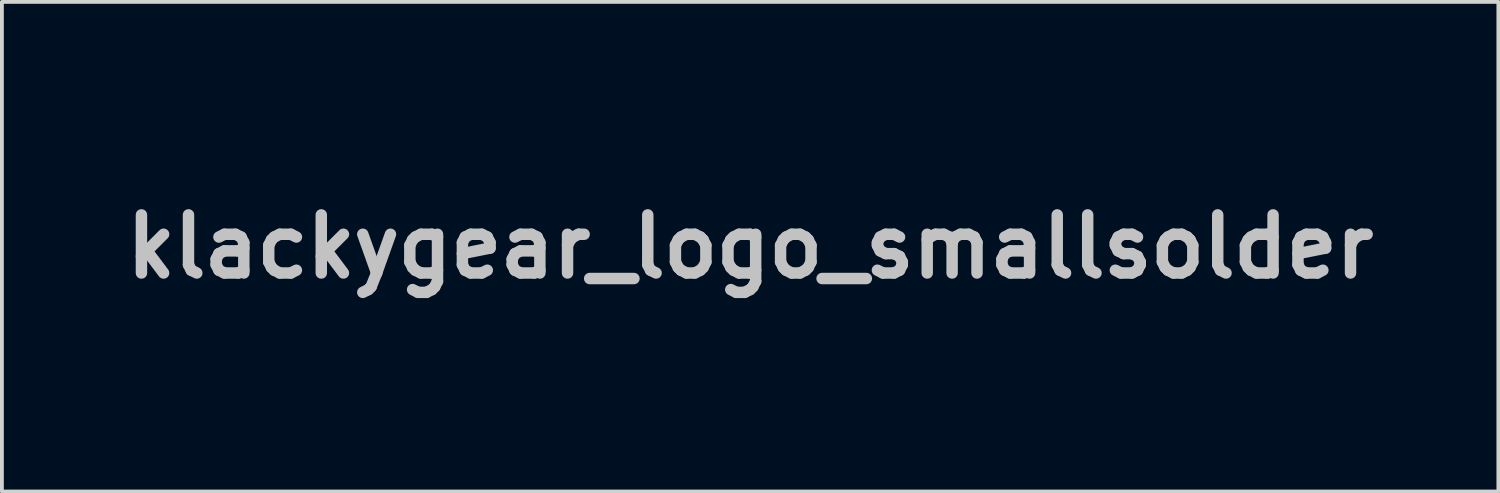
<source format=kicad_pcb>
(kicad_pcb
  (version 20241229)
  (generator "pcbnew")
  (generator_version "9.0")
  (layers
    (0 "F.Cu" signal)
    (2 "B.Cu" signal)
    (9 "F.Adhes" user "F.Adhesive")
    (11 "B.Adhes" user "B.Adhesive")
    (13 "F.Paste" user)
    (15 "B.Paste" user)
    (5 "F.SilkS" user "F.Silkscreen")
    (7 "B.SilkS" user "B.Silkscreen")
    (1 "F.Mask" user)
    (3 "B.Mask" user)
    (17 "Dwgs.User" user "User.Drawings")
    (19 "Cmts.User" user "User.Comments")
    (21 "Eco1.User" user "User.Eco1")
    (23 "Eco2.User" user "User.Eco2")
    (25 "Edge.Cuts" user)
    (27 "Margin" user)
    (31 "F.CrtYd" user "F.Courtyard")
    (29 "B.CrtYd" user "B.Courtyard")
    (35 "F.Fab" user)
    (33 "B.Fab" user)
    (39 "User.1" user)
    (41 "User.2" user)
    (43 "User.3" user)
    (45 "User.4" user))
  (footprint "klackygear_logo_smallsolder"
    (layer "F.Cu")
    (at 16.626 3.421)
    (property "Reference" "klackygear_logo_smallsolder" (at 0 0 0) (layer "Dwgs.User") (effects (font (size 1.524 1.524) (thickness 0.3))))
    (fp_poly (pts (xy 0.806 -3.416) (xy 0.913 -3.018) (xy 1.019 -2.619) (xy 1.062 -2.599) (xy 1.096 -2.585) (xy 1.121 -2.578) (xy 1.124 -2.578) (xy 1.138 -2.584) (xy 1.173 -2.602) (xy 1.223 -2.629) (xy 1.287 -2.664) (xy 1.362 -2.706) (xy 1.446 -2.754) (xy 1.494 -2.782) (xy 1.847 -2.985) (xy 2.986 -1.847) (xy 2.782 -1.494) (xy 2.732 -1.407) (xy 2.687 -1.327) (xy 2.648 -1.257) (xy 2.616 -1.199) (xy 2.593 -1.155) (xy 2.58 -1.129) (xy 2.578 -1.123) (xy 2.583 -1.101) (xy 2.596 -1.068) (xy 2.599 -1.062) (xy 2.619 -1.019) (xy 3.416 -0.807) (xy 3.416 0.807) (xy 2.619 1.019) (xy 2.599 1.063) (xy 2.585 1.096) (xy 2.578 1.121) (xy 2.578 1.123) (xy 2.584 1.138) (xy 2.602 1.172) (xy 2.629 1.223) (xy 2.664 1.287) (xy 2.707 1.362) (xy 2.754 1.445) (xy 2.782 1.494) (xy 2.986 1.847) (xy 1.847 2.985) (xy 1.494 2.782) (xy 1.408 2.732) (xy 1.328 2.687) (xy 1.257 2.648) (xy 1.199 2.616) (xy 1.155 2.593) (xy 1.129 2.58) (xy 1.124 2.578) (xy 1.101 2.583) (xy 1.068 2.596) (xy 1.062 2.599) (xy 1.019 2.619) (xy 0.913 3.018) (xy 0.806 3.416) (xy -0.806 3.416) (xy -1.019 2.619) (xy -1.063 2.599) (xy -1.096 2.585) (xy -1.121 2.578) (xy -1.123 2.578) (xy -1.138 2.584) (xy -1.173 2.602) (xy -1.223 2.629) (xy -1.287 2.665) (xy -1.362 2.707) (xy -1.445 2.754) (xy -1.494 2.782) (xy -1.846 2.986) (xy -2.986 1.847) (xy -2.782 1.494) (xy -2.732 1.407) (xy -2.687 1.327) (xy -2.648 1.257) (xy -2.616 1.199) (xy -2.593 1.155) (xy -2.58 1.129) (xy -2.578 1.123) (xy -2.583 1.101) (xy -2.596 1.068) (xy -2.599 1.062) (xy -2.603 1.052) (xy -2.607 1.044) (xy -2.612 1.036) (xy -2.621 1.029) (xy -2.636 1.021) (xy -2.658 1.013) (xy -2.69 1.002) (xy -2.734 0.989) (xy -2.792 0.973) (xy -2.866 0.953) (xy -2.957 0.928) (xy -3.069 0.899) (xy -3.203 0.863) (xy -3.235 0.854) (xy -3.416 0.806) (xy -3.416 -0.668) (xy -3.239 -0.668) (xy -3.239 -0.000001) (xy -3.239 0.668) (xy -2.886 0.761) (xy -2.794 0.786) (xy -2.709 0.809) (xy -2.635 0.829) (xy -2.574 0.845) (xy -2.531 0.857) (xy -2.508 0.864) (xy -2.507 0.865) (xy -2.484 0.885) (xy -2.459 0.929) (xy -2.448 0.955) (xy -2.427 1.006) (xy -2.406 1.057) (xy -2.394 1.088) (xy -2.372 1.141) (xy -2.553 1.457) (xy -2.6 1.539) (xy -2.644 1.614) (xy -2.682 1.681) (xy -2.714 1.734) (xy -2.736 1.773) (xy -2.748 1.793) (xy -2.748 1.794) (xy -2.749 1.801) (xy -2.745 1.812) (xy -2.734 1.829) (xy -2.715 1.852) (xy -2.686 1.884) (xy -2.647 1.926) (xy -2.596 1.98) (xy -2.532 2.045) (xy -2.453 2.125) (xy -2.357 2.221) (xy -2.292 2.286) (xy -2.202 2.376) (xy -2.117 2.46) (xy -2.04 2.538) (xy -1.971 2.606) (xy -1.912 2.663) (xy -1.866 2.708) (xy -1.833 2.739) (xy -1.816 2.755) (xy -1.814 2.756) (xy -1.802 2.75) (xy -1.77 2.732) (xy -1.722 2.705) (xy -1.66 2.67) (xy -1.587 2.629) (xy -1.506 2.582) (xy -1.474 2.564) (xy -1.38 2.509) (xy -1.304 2.466) (xy -1.245 2.434) (xy -1.201 2.41) (xy -1.168 2.395) (xy -1.145 2.386) (xy -1.128 2.383) (xy -1.115 2.383) (xy -1.108 2.385) (xy -1.08 2.396) (xy -1.037 2.414) (xy -0.987 2.435) (xy -0.972 2.441) (xy -0.87 2.484) (xy -0.769 2.861) (xy -0.668 3.239) (xy 0.668 3.239) (xy 0.769 2.861) (xy 0.87 2.484) (xy 1.006 2.428) (xy 1.142 2.372) (xy 1.469 2.561) (xy 1.552 2.609) (xy 1.628 2.652) (xy 1.695 2.69) (xy 1.749 2.72) (xy 1.787 2.741) (xy 1.807 2.752) (xy 1.809 2.753) (xy 1.821 2.745) (xy 1.848 2.72) (xy 1.89 2.681) (xy 1.944 2.629) (xy 2.01 2.565) (xy 2.085 2.492) (xy 2.168 2.41) (xy 2.256 2.322) (xy 2.292 2.286) (xy 2.398 2.181) (xy 2.486 2.092) (xy 2.559 2.017) (xy 2.618 1.957) (xy 2.664 1.908) (xy 2.699 1.871) (xy 2.724 1.842) (xy 2.739 1.821) (xy 2.748 1.807) (xy 2.75 1.798) (xy 2.748 1.794) (xy 2.739 1.777) (xy 2.718 1.742) (xy 2.688 1.691) (xy 2.651 1.626) (xy 2.608 1.552) (xy 2.561 1.471) (xy 2.554 1.457) (xy 2.501 1.365) (xy 2.459 1.292) (xy 2.428 1.236) (xy 2.406 1.194) (xy 2.392 1.163) (xy 2.385 1.141) (xy 2.382 1.125) (xy 2.384 1.112) (xy 2.385 1.108) (xy 2.396 1.08) (xy 2.414 1.037) (xy 2.435 0.987) (xy 2.441 0.972) (xy 2.484 0.87) (xy 2.861 0.769) (xy 3.239 0.668) (xy 3.239 -0.668) (xy 2.861 -0.769) (xy 2.484 -0.87) (xy 2.441 -0.972) (xy 2.42 -1.023) (xy 2.401 -1.069) (xy 2.388 -1.102) (xy 2.385 -1.108) (xy 2.383 -1.12) (xy 2.383 -1.134) (xy 2.389 -1.154) (xy 2.4 -1.181) (xy 2.419 -1.219) (xy 2.447 -1.27) (xy 2.484 -1.336) (xy 2.533 -1.421) (xy 2.554 -1.457) (xy 2.601 -1.539) (xy 2.644 -1.615) (xy 2.683 -1.681) (xy 2.714 -1.735) (xy 2.736 -1.773) (xy 2.748 -1.793) (xy 2.748 -1.794) (xy 2.749 -1.801) (xy 2.745 -1.812) (xy 2.734 -1.829) (xy 2.715 -1.852) (xy 2.687 -1.884) (xy 2.647 -1.926) (xy 2.596 -1.98) (xy 2.532 -2.045) (xy 2.453 -2.125) (xy 2.358 -2.221) (xy 2.292 -2.286) (xy 2.202 -2.376) (xy 2.117 -2.461) (xy 2.039 -2.537) (xy 1.969 -2.605) (xy 1.91 -2.662) (xy 1.863 -2.707) (xy 1.83 -2.737) (xy 1.812 -2.752) (xy 1.809 -2.753) (xy 1.795 -2.746) (xy 1.762 -2.728) (xy 1.713 -2.7) (xy 1.65 -2.665) (xy 1.577 -2.623) (xy 1.495 -2.576) (xy 1.469 -2.561) (xy 1.142 -2.372) (xy 1.006 -2.428) (xy 0.87 -2.484) (xy 0.769 -2.861) (xy 0.668 -3.239) (xy -0.000001 -3.239) (xy -0.668 -3.239) (xy -0.769 -2.861) (xy -0.87 -2.484) (xy -0.972 -2.441) (xy -1.023 -2.42) (xy -1.069 -2.401) (xy -1.102 -2.388) (xy -1.108 -2.385) (xy -1.119 -2.383) (xy -1.134 -2.383) (xy -1.153 -2.389) (xy -1.179 -2.4) (xy -1.216 -2.418) (xy -1.266 -2.445) (xy -1.331 -2.482) (xy -1.414 -2.529) (xy -1.474 -2.564) (xy -1.558 -2.612) (xy -1.634 -2.656) (xy -1.7 -2.693) (xy -1.754 -2.724) (xy -1.792 -2.745) (xy -1.812 -2.755) (xy -1.814 -2.756) (xy -1.825 -2.747) (xy -1.851 -2.722) (xy -1.892 -2.682) (xy -1.946 -2.63) (xy -2.011 -2.566) (xy -2.086 -2.492) (xy -2.168 -2.41) (xy -2.256 -2.322) (xy -2.292 -2.286) (xy -2.398 -2.181) (xy -2.486 -2.091) (xy -2.559 -2.017) (xy -2.618 -1.957) (xy -2.664 -1.908) (xy -2.699 -1.87) (xy -2.724 -1.842) (xy -2.739 -1.821) (xy -2.748 -1.807) (xy -2.75 -1.798) (xy -2.748 -1.794) (xy -2.739 -1.777) (xy -2.718 -1.742) (xy -2.688 -1.691) (xy -2.651 -1.626) (xy -2.608 -1.552) (xy -2.561 -1.471) (xy -2.553 -1.457) (xy -2.372 -1.141) (xy -2.394 -1.088) (xy -2.41 -1.047) (xy -2.431 -0.995) (xy -2.448 -0.955) (xy -2.473 -0.901) (xy -2.497 -0.871) (xy -2.507 -0.865) (xy -2.526 -0.859) (xy -2.566 -0.848) (xy -2.624 -0.832) (xy -2.696 -0.812) (xy -2.779 -0.79) (xy -2.87 -0.766) (xy -2.886 -0.761) (xy -3.239 -0.668) (xy -3.416 -0.668) (xy -3.416 -0.806) (xy -3.235 -0.854) (xy -3.097 -0.891) (xy -2.98 -0.922) (xy -2.884 -0.948) (xy -2.807 -0.969) (xy -2.746 -0.986) (xy -2.699 -0.999) (xy -2.665 -1.01) (xy -2.64 -1.02) (xy -2.624 -1.028) (xy -2.614 -1.035) (xy -2.608 -1.042) (xy -2.604 -1.05) (xy -2.6 -1.06) (xy -2.599 -1.062) (xy -2.585 -1.095) (xy -2.578 -1.121) (xy -2.578 -1.123) (xy -2.584 -1.138) (xy -2.602 -1.172) (xy -2.629 -1.223) (xy -2.664 -1.287) (xy -2.707 -1.362) (xy -2.754 -1.445) (xy -2.782 -1.494) (xy -2.986 -1.847) (xy -1.846 -2.986) (xy -1.493 -2.782) (xy -1.407 -2.732) (xy -1.327 -2.687) (xy -1.256 -2.648) (xy -1.198 -2.616) (xy -1.155 -2.593) (xy -1.129 -2.58) (xy -1.123 -2.578) (xy -1.101 -2.583) (xy -1.068 -2.596) (xy -1.063 -2.599) (xy -1.019 -2.619) (xy -0.806 -3.416) (xy 0.806 -3.416)) (stroke (width 0.01) (type solid)) (fill yes) (layer "F.Mask"))
    (fp_poly (pts (xy -0.135 -3.046) (xy -0.012 -3.045) (xy 0.003 -3.045) (xy 0.5 -3.042) (xy 0.534 -2.915) (xy 0.55 -2.858) (xy 0.57 -2.785) (xy 0.592 -2.702) (xy 0.615 -2.616) (xy 0.629 -2.563) (xy 0.689 -2.339) (xy 0.804 -2.299) (xy 0.872 -2.274) (xy 0.948 -2.243) (xy 1.019 -2.212) (xy 1.035 -2.204) (xy 1.151 -2.15) (xy 1.468 -2.332) (xy 1.784 -2.515) (xy 2.135 -2.164) (xy 2.486 -1.813) (xy 2.328 -1.538) (xy 2.283 -1.46) (xy 2.24 -1.387) (xy 2.203 -1.322) (xy 2.173 -1.27) (xy 2.152 -1.233) (xy 2.143 -1.219) (xy 2.118 -1.175) (xy 2.166 -1.079) (xy 2.192 -1.025) (xy 2.221 -0.957) (xy 2.248 -0.886) (xy 2.261 -0.851) (xy 2.308 -0.719) (xy 2.665 -0.624) (xy 3.023 -0.529) (xy 3.023 0.466) (xy 2.307 0.656) (xy 2.271 0.763) (xy 2.249 0.824) (xy 2.22 0.895) (xy 2.189 0.965) (xy 2.177 0.992) (xy 2.119 1.113) (xy 2.486 1.746) (xy 2.135 2.099) (xy 1.783 2.452) (xy 1.467 2.269) (xy 1.151 2.087) (xy 1.035 2.141) (xy 0.968 2.171) (xy 0.892 2.202) (xy 0.821 2.229) (xy 0.804 2.235) (xy 0.689 2.275) (xy 0.629 2.5) (xy 0.607 2.583) (xy 0.584 2.669) (xy 0.562 2.749) (xy 0.544 2.817) (xy 0.535 2.851) (xy 0.501 2.978) (xy 0.004 2.981) (xy -0.122 2.982) (xy -0.225 2.983) (xy -0.307 2.983) (xy -0.37 2.982) (xy -0.418 2.981) (xy -0.452 2.979) (xy -0.475 2.977) (xy -0.489 2.973) (xy -0.497 2.969) (xy -0.5 2.963) (xy -0.5 2.962) (xy -0.505 2.944) (xy -0.516 2.905) (xy -0.531 2.849) (xy -0.549 2.78) (xy -0.57 2.703) (xy -0.578 2.673) (xy -0.6 2.59) (xy -0.621 2.512) (xy -0.64 2.442) (xy -0.655 2.386) (xy -0.665 2.348) (xy -0.667 2.342) (xy -0.685 2.277) (xy -0.8 2.236) (xy -0.866 2.211) (xy -0.942 2.179) (xy -1.012 2.147) (xy -1.028 2.14) (xy -1.142 2.084) (xy -1.461 2.269) (xy -1.781 2.454) (xy -2.132 2.103) (xy -2.483 1.752) (xy -2.463 1.718) (xy -2.451 1.697) (xy -2.429 1.658) (xy -2.398 1.604) (xy -2.36 1.538) (xy -2.317 1.464) (xy -2.28 1.401) (xy -2.118 1.118) (xy -2.176 0.988) (xy -2.205 0.921) (xy -2.234 0.851) (xy -2.259 0.786) (xy -2.27 0.756) (xy -2.305 0.656) (xy -2.644 0.564) (xy -2.734 0.54) (xy -2.816 0.518) (xy -2.887 0.498) (xy -2.944 0.482) (xy -2.984 0.471) (xy -3.003 0.466) (xy -3.003 0.465) (xy -3.008 0.461) (xy -3.012 0.451) (xy -3.015 0.433) (xy -3.018 0.405) (xy -3.019 0.364) (xy -3.02 0.346) (xy -1.366 0.346) (xy -1.366 0.361) (xy -1.357 0.394) (xy -1.341 0.439) (xy -1.321 0.492) (xy -1.299 0.547) (xy -1.275 0.598) (xy -1.267 0.616) (xy -1.174 0.771) (xy -1.061 0.913) (xy -0.931 1.042) (xy -0.785 1.153) (xy -0.628 1.245) (xy -0.462 1.315) (xy -0.451 1.319) (xy -0.411 1.332) (xy -0.383 1.34) (xy -0.373 1.342) (xy -0.369 1.33) (xy -0.36 1.296) (xy -0.346 1.243) (xy -0.327 1.175) (xy -0.305 1.094) (xy -0.281 1.003) (xy -0.268 0.953) (xy -0.242 0.857) (xy -0.218 0.768) (xy -0.197 0.69) (xy -0.18 0.625) (xy -0.167 0.577) (xy -0.159 0.55) (xy -0.158 0.544) (xy -0.159 0.54) (xy 0.165 0.54) (xy 0.168 0.554) (xy 0.177 0.589) (xy 0.191 0.642) (xy 0.208 0.708) (xy 0.228 0.784) (xy 0.25 0.867) (xy 0.272 0.953) (xy 0.295 1.038) (xy 0.316 1.119) (xy 0.336 1.191) (xy 0.352 1.252) (xy 0.365 1.298) (xy 0.373 1.326) (xy 0.375 1.33) (xy 0.389 1.334) (xy 0.421 1.329) (xy 0.468 1.314) (xy 0.524 1.293) (xy 0.586 1.267) (xy 0.649 1.237) (xy 0.682 1.22) (xy 0.841 1.119) (xy 0.985 0.999) (xy 1.112 0.86) (xy 1.192 0.75) (xy 1.232 0.684) (xy 1.272 0.61) (xy 1.308 0.535) (xy 1.338 0.465) (xy 1.359 0.406) (xy 1.364 0.385) (xy 1.368 0.358) (xy 1.358 0.343) (xy 1.331 0.332) (xy 1.303 0.324) (xy 1.256 0.311) (xy 1.195 0.294) (xy 1.123 0.274) (xy 1.043 0.253) (xy 0.96 0.231) (xy 0.876 0.209) (xy 0.795 0.188) (xy 0.721 0.168) (xy 0.657 0.152) (xy 0.608 0.14) (xy 0.576 0.132) (xy 0.565 0.13) (xy 0.559 0.142) (xy 0.544 0.172) (xy 0.525 0.212) (xy 0.522 0.218) (xy 0.463 0.314) (xy 0.385 0.399) (xy 0.293 0.465) (xy 0.254 0.485) (xy 0.212 0.507) (xy 0.181 0.525) (xy 0.166 0.538) (xy 0.165 0.54) (xy -0.159 0.54) (xy -0.161 0.527) (xy -0.184 0.516) (xy -0.189 0.515) (xy -0.232 0.498) (xy -0.285 0.468) (xy -0.341 0.429) (xy -0.395 0.385) (xy -0.43 0.351) (xy -0.462 0.31) (xy -0.493 0.262) (xy -0.521 0.213) (xy -0.539 0.171) (xy -0.546 0.143) (xy -0.552 0.128) (xy -0.556 0.127) (xy -0.571 0.13) (xy -0.607 0.139) (xy -0.659 0.153) (xy -0.726 0.17) (xy -0.803 0.191) (xy -0.886 0.213) (xy -0.972 0.236) (xy -1.058 0.26) (xy -1.14 0.282) (xy -1.214 0.302) (xy -1.278 0.32) (xy -1.326 0.334) (xy -1.357 0.343) (xy -1.366 0.346) (xy -3.02 0.346) (xy -3.02 0.308) (xy -3.021 0.234) (xy -3.021 0.141) (xy -3.02 0.026) (xy -3.02 -0.035) (xy -3.017 -0.412) (xy -1.367 -0.412) (xy -1.366 -0.409) (xy -1.352 -0.404) (xy -1.318 -0.394) (xy -1.266 -0.379) (xy -1.201 -0.361) (xy -1.125 -0.34) (xy -1.042 -0.317) (xy -0.956 -0.294) (xy -0.87 -0.271) (xy -0.789 -0.249) (xy -0.714 -0.23) (xy -0.651 -0.213) (xy -0.602 -0.2) (xy -0.571 -0.193) (xy -0.562 -0.191) (xy -0.547 -0.2) (xy -0.546 -0.206) (xy -0.541 -0.226) (xy -0.528 -0.26) (xy -0.515 -0.289) (xy -0.466 -0.368) (xy -0.399 -0.444) (xy -0.32 -0.509) (xy -0.235 -0.558) (xy -0.2 -0.573) (xy -0.171 -0.586) (xy -0.157 -0.599) (xy -0.157 -0.603) (xy -0.157 -0.603) (xy 0.165 -0.603) (xy 0.176 -0.592) (xy 0.205 -0.574) (xy 0.245 -0.553) (xy 0.252 -0.55) (xy 0.348 -0.492) (xy 0.433 -0.414) (xy 0.5 -0.323) (xy 0.524 -0.277) (xy 0.544 -0.236) (xy 0.561 -0.205) (xy 0.571 -0.191) (xy 0.571 -0.191) (xy 0.585 -0.194) (xy 0.62 -0.203) (xy 0.673 -0.217) (xy 0.742 -0.236) (xy 0.824 -0.258) (xy 0.916 -0.282) (xy 0.972 -0.297) (xy 1.365 -0.403) (xy 1.362 -0.443) (xy 1.353 -0.484) (xy 1.333 -0.541) (xy 1.303 -0.609) (xy 1.268 -0.681) (xy 1.229 -0.753) (xy 1.189 -0.818) (xy 1.187 -0.821) (xy 1.075 -0.968) (xy 0.943 -1.099) (xy 0.796 -1.212) (xy 0.634 -1.307) (xy 0.473 -1.376) (xy 0.422 -1.393) (xy 0.391 -1.4) (xy 0.376 -1.397) (xy 0.374 -1.394) (xy 0.369 -1.375) (xy 0.358 -1.335) (xy 0.342 -1.279) (xy 0.324 -1.211) (xy 0.303 -1.133) (xy 0.281 -1.049) (xy 0.258 -0.963) (xy 0.236 -0.879) (xy 0.215 -0.799) (xy 0.197 -0.729) (xy 0.182 -0.671) (xy 0.171 -0.629) (xy 0.166 -0.606) (xy 0.165 -0.603) (xy -0.157 -0.603) (xy -0.161 -0.618) (xy -0.171 -0.654) (xy -0.186 -0.71) (xy -0.205 -0.78) (xy -0.227 -0.863) (xy -0.252 -0.956) (xy -0.267 -1.011) (xy -0.372 -1.407) (xy -0.414 -1.395) (xy -0.563 -1.342) (xy -0.709 -1.266) (xy -0.849 -1.171) (xy -0.98 -1.059) (xy -1.098 -0.933) (xy -1.199 -0.796) (xy -1.267 -0.679) (xy -1.29 -0.63) (xy -1.313 -0.576) (xy -1.335 -0.521) (xy -1.352 -0.472) (xy -1.363 -0.434) (xy -1.367 -0.412) (xy -3.017 -0.412) (xy -3.016 -0.527) (xy -2.305 -0.718) (xy -2.27 -0.819) (xy -2.249 -0.876) (xy -2.221 -0.945) (xy -2.192 -1.015) (xy -2.176 -1.051) (xy -2.118 -1.182) (xy -2.28 -1.464) (xy -2.326 -1.543) (xy -2.368 -1.616) (xy -2.404 -1.679) (xy -2.434 -1.731) (xy -2.454 -1.766) (xy -2.463 -1.781) (xy -2.483 -1.816) (xy -1.781 -2.518) (xy -1.462 -2.333) (xy -1.143 -2.148) (xy -1.013 -2.21) (xy -0.948 -2.239) (xy -0.88 -2.268) (xy -0.818 -2.293) (xy -0.788 -2.303) (xy -0.743 -2.32) (xy -0.706 -2.337) (xy -0.687 -2.35) (xy -0.685 -2.352) (xy -0.68 -2.368) (xy -0.668 -2.406) (xy -0.653 -2.461) (xy -0.634 -2.53) (xy -0.612 -2.61) (xy -0.592 -2.686) (xy -0.568 -2.773) (xy -0.547 -2.852) (xy -0.529 -2.921) (xy -0.514 -2.975) (xy -0.504 -3.012) (xy -0.5 -3.026) (xy -0.497 -3.032) (xy -0.49 -3.036) (xy -0.477 -3.04) (xy -0.455 -3.042) (xy -0.423 -3.044) (xy -0.377 -3.046) (xy -0.315 -3.046) (xy -0.235 -3.046) (xy -0.135 -3.046)) (stroke (width 0.01) (type solid)) (fill yes) (layer "F.Mask")))
  (gr_rect
    (start -3 -3)
    (end 36.252 9.842)
    (stroke (width 0.1) (type default))
    (fill no)
    (layer "Edge.Cuts")))
</source>
